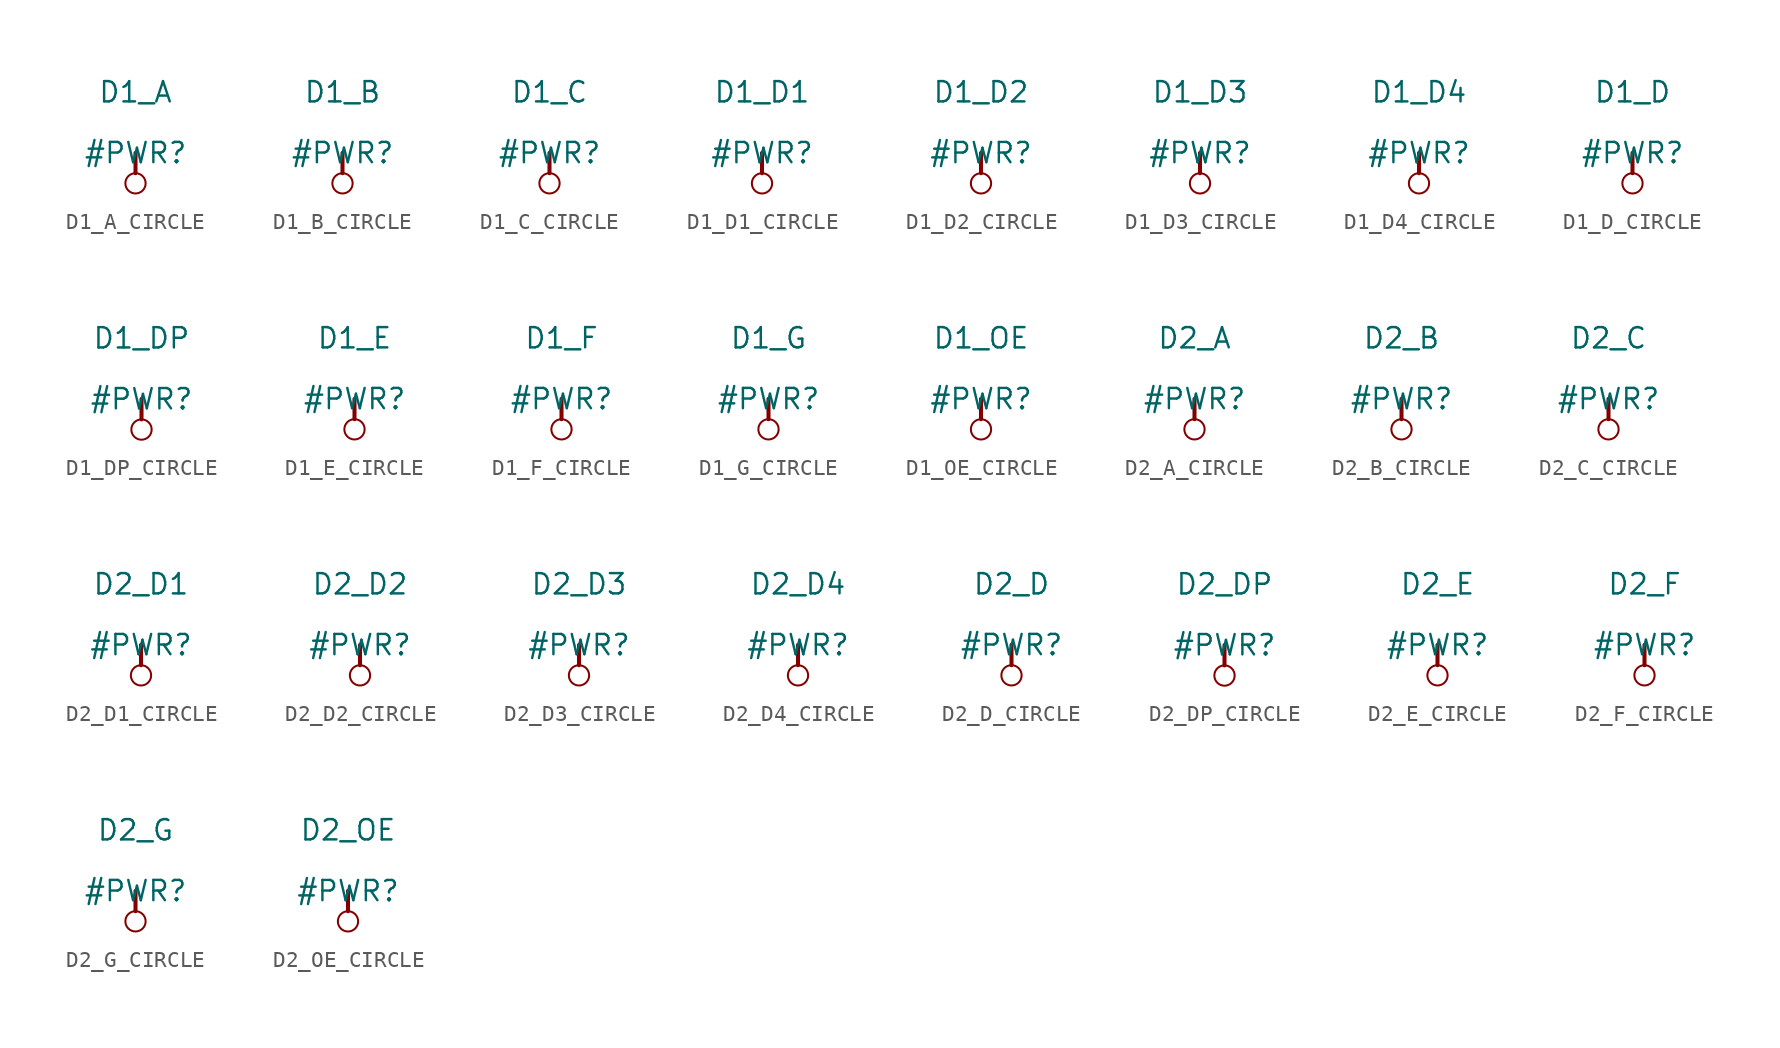
<source format=kicad_sym>
(kicad_symbol_lib
  (version 20231120)
  (generator "kicad_symbol_editor")
  (generator_version "8.0")
  (symbol "D1_A_CIRCLE"
    (power)
    (property "Reference" "#PWR"
      (at 0 0 0)
      (effects (font (size 1.27 1.27))))
    (property "Value" "D1_A"
      (at 0 3.81 0)
      (effects (font (size 1.27 1.27))))
    (symbol "D1_A_CIRCLE_0_0"
      (circle (center 0 -1.905) (radius 0.635) (stroke (width 0.127) (type solid)) (fill (type none)))
      (polyline (pts (xy 0 0) (xy 0 -1.27)) (stroke (width 0.254) (type solid)) (fill (type none)))
      (pin power_in line (at 0 0 0) (length 0) hide (name "D1_A" (effects (font (size 1.27 1.27)))) (number "" (effects (font (size 1.27 1.27)))))))
  (symbol "D1_B_CIRCLE"
    (power)
    (property "Reference" "#PWR"
      (at 0 0 0)
      (effects (font (size 1.27 1.27))))
    (property "Value" "D1_B"
      (at 0 3.81 0)
      (effects (font (size 1.27 1.27))))
    (symbol "D1_B_CIRCLE_0_0"
      (circle (center 0 -1.905) (radius 0.635) (stroke (width 0.127) (type solid)) (fill (type none)))
      (polyline (pts (xy 0 0) (xy 0 -1.27)) (stroke (width 0.254) (type solid)) (fill (type none)))
      (pin power_in line (at 0 0 0) (length 0) hide (name "D1_B" (effects (font (size 1.27 1.27)))) (number "" (effects (font (size 1.27 1.27)))))))
  (symbol "D1_C_CIRCLE"
    (power)
    (property "Reference" "#PWR"
      (at 0 0 0)
      (effects (font (size 1.27 1.27))))
    (property "Value" "D1_C"
      (at 0 3.81 0)
      (effects (font (size 1.27 1.27))))
    (symbol "D1_C_CIRCLE_0_0"
      (circle (center 0 -1.905) (radius 0.635) (stroke (width 0.127) (type solid)) (fill (type none)))
      (polyline (pts (xy 0 0) (xy 0 -1.27)) (stroke (width 0.254) (type solid)) (fill (type none)))
      (pin power_in line (at 0 0 0) (length 0) hide (name "D1_C" (effects (font (size 1.27 1.27)))) (number "" (effects (font (size 1.27 1.27)))))))
  (symbol "D1_D1_CIRCLE"
    (power)
    (property "Reference" "#PWR"
      (at 0 0 0)
      (effects (font (size 1.27 1.27))))
    (property "Value" "D1_D1"
      (at 0 3.81 0)
      (effects (font (size 1.27 1.27))))
    (symbol "D1_D1_CIRCLE_0_0"
      (circle (center 0 -1.905) (radius 0.635) (stroke (width 0.127) (type solid)) (fill (type none)))
      (polyline (pts (xy 0 0) (xy 0 -1.27)) (stroke (width 0.254) (type solid)) (fill (type none)))
      (pin power_in line (at 0 0 0) (length 0) hide (name "D1_D1" (effects (font (size 1.27 1.27)))) (number "" (effects (font (size 1.27 1.27)))))))
  (symbol "D1_D2_CIRCLE"
    (power)
    (property "Reference" "#PWR"
      (at 0 0 0)
      (effects (font (size 1.27 1.27))))
    (property "Value" "D1_D2"
      (at 0 3.81 0)
      (effects (font (size 1.27 1.27))))
    (symbol "D1_D2_CIRCLE_0_0"
      (circle (center 0 -1.905) (radius 0.635) (stroke (width 0.127) (type solid)) (fill (type none)))
      (polyline (pts (xy 0 0) (xy 0 -1.27)) (stroke (width 0.254) (type solid)) (fill (type none)))
      (pin power_in line (at 0 0 0) (length 0) hide (name "D1_D2" (effects (font (size 1.27 1.27)))) (number "" (effects (font (size 1.27 1.27)))))))
  (symbol "D1_D3_CIRCLE"
    (power)
    (property "Reference" "#PWR"
      (at 0 0 0)
      (effects (font (size 1.27 1.27))))
    (property "Value" "D1_D3"
      (at 0 3.81 0)
      (effects (font (size 1.27 1.27))))
    (symbol "D1_D3_CIRCLE_0_0"
      (circle (center 0 -1.905) (radius 0.635) (stroke (width 0.127) (type solid)) (fill (type none)))
      (polyline (pts (xy 0 0) (xy 0 -1.27)) (stroke (width 0.254) (type solid)) (fill (type none)))
      (pin power_in line (at 0 0 0) (length 0) hide (name "D1_D3" (effects (font (size 1.27 1.27)))) (number "" (effects (font (size 1.27 1.27)))))))
  (symbol "D1_D4_CIRCLE"
    (power)
    (property "Reference" "#PWR"
      (at 0 0 0)
      (effects (font (size 1.27 1.27))))
    (property "Value" "D1_D4"
      (at 0 3.81 0)
      (effects (font (size 1.27 1.27))))
    (symbol "D1_D4_CIRCLE_0_0"
      (circle (center 0 -1.905) (radius 0.635) (stroke (width 0.127) (type solid)) (fill (type none)))
      (polyline (pts (xy 0 0) (xy 0 -1.27)) (stroke (width 0.254) (type solid)) (fill (type none)))
      (pin power_in line (at 0 0 0) (length 0) hide (name "D1_D4" (effects (font (size 1.27 1.27)))) (number "" (effects (font (size 1.27 1.27)))))))
  (symbol "D1_D_CIRCLE"
    (power)
    (property "Reference" "#PWR"
      (at 0 0 0)
      (effects (font (size 1.27 1.27))))
    (property "Value" "D1_D"
      (at 0 3.81 0)
      (effects (font (size 1.27 1.27))))
    (symbol "D1_D_CIRCLE_0_0"
      (circle (center 0 -1.905) (radius 0.635) (stroke (width 0.127) (type solid)) (fill (type none)))
      (polyline (pts (xy 0 0) (xy 0 -1.27)) (stroke (width 0.254) (type solid)) (fill (type none)))
      (pin power_in line (at 0 0 0) (length 0) hide (name "D1_D" (effects (font (size 1.27 1.27)))) (number "" (effects (font (size 1.27 1.27)))))))
  (symbol "D1_DP_CIRCLE"
    (power)
    (property "Reference" "#PWR"
      (at 0 0 0)
      (effects (font (size 1.27 1.27))))
    (property "Value" "D1_DP"
      (at 0 3.81 0)
      (effects (font (size 1.27 1.27))))
    (symbol "D1_DP_CIRCLE_0_0"
      (circle (center 0 -1.905) (radius 0.635) (stroke (width 0.127) (type solid)) (fill (type none)))
      (polyline (pts (xy 0 0) (xy 0 -1.27)) (stroke (width 0.254) (type solid)) (fill (type none)))
      (pin power_in line (at 0 0 0) (length 0) hide (name "D1_DP" (effects (font (size 1.27 1.27)))) (number "" (effects (font (size 1.27 1.27)))))))
  (symbol "D1_E_CIRCLE"
    (power)
    (property "Reference" "#PWR"
      (at 0 0 0)
      (effects (font (size 1.27 1.27))))
    (property "Value" "D1_E"
      (at 0 3.81 0)
      (effects (font (size 1.27 1.27))))
    (symbol "D1_E_CIRCLE_0_0"
      (circle (center 0 -1.905) (radius 0.635) (stroke (width 0.127) (type solid)) (fill (type none)))
      (polyline (pts (xy 0 0) (xy 0 -1.27)) (stroke (width 0.254) (type solid)) (fill (type none)))
      (pin power_in line (at 0 0 0) (length 0) hide (name "D1_E" (effects (font (size 1.27 1.27)))) (number "" (effects (font (size 1.27 1.27)))))))
  (symbol "D1_F_CIRCLE"
    (power)
    (property "Reference" "#PWR"
      (at 0 0 0)
      (effects (font (size 1.27 1.27))))
    (property "Value" "D1_F"
      (at 0 3.81 0)
      (effects (font (size 1.27 1.27))))
    (symbol "D1_F_CIRCLE_0_0"
      (circle (center 0 -1.905) (radius 0.635) (stroke (width 0.127) (type solid)) (fill (type none)))
      (polyline (pts (xy 0 0) (xy 0 -1.27)) (stroke (width 0.254) (type solid)) (fill (type none)))
      (pin power_in line (at 0 0 0) (length 0) hide (name "D1_F" (effects (font (size 1.27 1.27)))) (number "" (effects (font (size 1.27 1.27)))))))
  (symbol "D1_G_CIRCLE"
    (power)
    (property "Reference" "#PWR"
      (at 0 0 0)
      (effects (font (size 1.27 1.27))))
    (property "Value" "D1_G"
      (at 0 3.81 0)
      (effects (font (size 1.27 1.27))))
    (symbol "D1_G_CIRCLE_0_0"
      (circle (center 0 -1.905) (radius 0.635) (stroke (width 0.127) (type solid)) (fill (type none)))
      (polyline (pts (xy 0 0) (xy 0 -1.27)) (stroke (width 0.254) (type solid)) (fill (type none)))
      (pin power_in line (at 0 0 0) (length 0) hide (name "D1_G" (effects (font (size 1.27 1.27)))) (number "" (effects (font (size 1.27 1.27)))))))
  (symbol "D1_OE_CIRCLE"
    (power)
    (property "Reference" "#PWR"
      (at 0 0 0)
      (effects (font (size 1.27 1.27))))
    (property "Value" "D1_OE"
      (at 0 3.81 0)
      (effects (font (size 1.27 1.27))))
    (symbol "D1_OE_CIRCLE_0_0"
      (circle (center 0 -1.905) (radius 0.635) (stroke (width 0.127) (type solid)) (fill (type none)))
      (polyline (pts (xy 0 0) (xy 0 -1.27)) (stroke (width 0.254) (type solid)) (fill (type none)))
      (pin power_in line (at 0 0 0) (length 0) hide (name "D1_OE" (effects (font (size 1.27 1.27)))) (number "" (effects (font (size 1.27 1.27)))))))
  (symbol "D2_A_CIRCLE"
    (power)
    (property "Reference" "#PWR"
      (at 0 0 0)
      (effects (font (size 1.27 1.27))))
    (property "Value" "D2_A"
      (at 0 3.81 0)
      (effects (font (size 1.27 1.27))))
    (symbol "D2_A_CIRCLE_0_0"
      (circle (center 0 -1.905) (radius 0.635) (stroke (width 0.127) (type solid)) (fill (type none)))
      (polyline (pts (xy 0 0) (xy 0 -1.27)) (stroke (width 0.254) (type solid)) (fill (type none)))
      (pin power_in line (at 0 0 0) (length 0) hide (name "D2_A" (effects (font (size 1.27 1.27)))) (number "" (effects (font (size 1.27 1.27)))))))
  (symbol "D2_B_CIRCLE"
    (power)
    (property "Reference" "#PWR"
      (at 0 0 0)
      (effects (font (size 1.27 1.27))))
    (property "Value" "D2_B"
      (at 0 3.81 0)
      (effects (font (size 1.27 1.27))))
    (symbol "D2_B_CIRCLE_0_0"
      (circle (center 0 -1.905) (radius 0.635) (stroke (width 0.127) (type solid)) (fill (type none)))
      (polyline (pts (xy 0 0) (xy 0 -1.27)) (stroke (width 0.254) (type solid)) (fill (type none)))
      (pin power_in line (at 0 0 0) (length 0) hide (name "D2_B" (effects (font (size 1.27 1.27)))) (number "" (effects (font (size 1.27 1.27)))))))
  (symbol "D2_C_CIRCLE"
    (power)
    (property "Reference" "#PWR"
      (at 0 0 0)
      (effects (font (size 1.27 1.27))))
    (property "Value" "D2_C"
      (at 0 3.81 0)
      (effects (font (size 1.27 1.27))))
    (symbol "D2_C_CIRCLE_0_0"
      (circle (center 0 -1.905) (radius 0.635) (stroke (width 0.127) (type solid)) (fill (type none)))
      (polyline (pts (xy 0 0) (xy 0 -1.27)) (stroke (width 0.254) (type solid)) (fill (type none)))
      (pin power_in line (at 0 0 0) (length 0) hide (name "D2_C" (effects (font (size 1.27 1.27)))) (number "" (effects (font (size 1.27 1.27)))))))
  (symbol "D2_D1_CIRCLE"
    (power)
    (property "Reference" "#PWR"
      (at 0 0 0)
      (effects (font (size 1.27 1.27))))
    (property "Value" "D2_D1"
      (at 0 3.81 0)
      (effects (font (size 1.27 1.27))))
    (symbol "D2_D1_CIRCLE_0_0"
      (circle (center 0 -1.905) (radius 0.635) (stroke (width 0.127) (type solid)) (fill (type none)))
      (polyline (pts (xy 0 0) (xy 0 -1.27)) (stroke (width 0.254) (type solid)) (fill (type none)))
      (pin power_in line (at 0 0 0) (length 0) hide (name "D2_D1" (effects (font (size 1.27 1.27)))) (number "" (effects (font (size 1.27 1.27)))))))
  (symbol "D2_D2_CIRCLE"
    (power)
    (property "Reference" "#PWR"
      (at 0 0 0)
      (effects (font (size 1.27 1.27))))
    (property "Value" "D2_D2"
      (at 0 3.81 0)
      (effects (font (size 1.27 1.27))))
    (symbol "D2_D2_CIRCLE_0_0"
      (circle (center 0 -1.905) (radius 0.635) (stroke (width 0.127) (type solid)) (fill (type none)))
      (polyline (pts (xy 0 0) (xy 0 -1.27)) (stroke (width 0.254) (type solid)) (fill (type none)))
      (pin power_in line (at 0 0 0) (length 0) hide (name "D2_D2" (effects (font (size 1.27 1.27)))) (number "" (effects (font (size 1.27 1.27)))))))
  (symbol "D2_D3_CIRCLE"
    (power)
    (property "Reference" "#PWR"
      (at 0 0 0)
      (effects (font (size 1.27 1.27))))
    (property "Value" "D2_D3"
      (at 0 3.81 0)
      (effects (font (size 1.27 1.27))))
    (symbol "D2_D3_CIRCLE_0_0"
      (circle (center 0 -1.905) (radius 0.635) (stroke (width 0.127) (type solid)) (fill (type none)))
      (polyline (pts (xy 0 0) (xy 0 -1.27)) (stroke (width 0.254) (type solid)) (fill (type none)))
      (pin power_in line (at 0 0 0) (length 0) hide (name "D2_D3" (effects (font (size 1.27 1.27)))) (number "" (effects (font (size 1.27 1.27)))))))
  (symbol "D2_D4_CIRCLE"
    (power)
    (property "Reference" "#PWR"
      (at 0 0 0)
      (effects (font (size 1.27 1.27))))
    (property "Value" "D2_D4"
      (at 0 3.81 0)
      (effects (font (size 1.27 1.27))))
    (symbol "D2_D4_CIRCLE_0_0"
      (circle (center 0 -1.905) (radius 0.635) (stroke (width 0.127) (type solid)) (fill (type none)))
      (polyline (pts (xy 0 0) (xy 0 -1.27)) (stroke (width 0.254) (type solid)) (fill (type none)))
      (pin power_in line (at 0 0 0) (length 0) hide (name "D2_D4" (effects (font (size 1.27 1.27)))) (number "" (effects (font (size 1.27 1.27)))))))
  (symbol "D2_D_CIRCLE"
    (power)
    (property "Reference" "#PWR"
      (at 0 0 0)
      (effects (font (size 1.27 1.27))))
    (property "Value" "D2_D"
      (at 0 3.81 0)
      (effects (font (size 1.27 1.27))))
    (symbol "D2_D_CIRCLE_0_0"
      (circle (center 0 -1.905) (radius 0.635) (stroke (width 0.127) (type solid)) (fill (type none)))
      (polyline (pts (xy 0 0) (xy 0 -1.27)) (stroke (width 0.254) (type solid)) (fill (type none)))
      (pin power_in line (at 0 0 0) (length 0) hide (name "D2_D" (effects (font (size 1.27 1.27)))) (number "" (effects (font (size 1.27 1.27)))))))
  (symbol "D2_DP_CIRCLE"
    (power)
    (property "Reference" "#PWR"
      (at 0 0 0)
      (effects (font (size 1.27 1.27))))
    (property "Value" "D2_DP"
      (at 0 3.81 0)
      (effects (font (size 1.27 1.27))))
    (symbol "D2_DP_CIRCLE_0_0"
      (circle (center 0 -1.905) (radius 0.635) (stroke (width 0.127) (type solid)) (fill (type none)))
      (polyline (pts (xy 0 0) (xy 0 -1.27)) (stroke (width 0.254) (type solid)) (fill (type none)))
      (pin power_in line (at 0 0 0) (length 0) hide (name "D2_DP" (effects (font (size 1.27 1.27)))) (number "" (effects (font (size 1.27 1.27)))))))
  (symbol "D2_E_CIRCLE"
    (power)
    (property "Reference" "#PWR"
      (at 0 0 0)
      (effects (font (size 1.27 1.27))))
    (property "Value" "D2_E"
      (at 0 3.81 0)
      (effects (font (size 1.27 1.27))))
    (symbol "D2_E_CIRCLE_0_0"
      (circle (center 0 -1.905) (radius 0.635) (stroke (width 0.127) (type solid)) (fill (type none)))
      (polyline (pts (xy 0 0) (xy 0 -1.27)) (stroke (width 0.254) (type solid)) (fill (type none)))
      (pin power_in line (at 0 0 0) (length 0) hide (name "D2_E" (effects (font (size 1.27 1.27)))) (number "" (effects (font (size 1.27 1.27)))))))
  (symbol "D2_F_CIRCLE"
    (power)
    (property "Reference" "#PWR"
      (at 0 0 0)
      (effects (font (size 1.27 1.27))))
    (property "Value" "D2_F"
      (at 0 3.81 0)
      (effects (font (size 1.27 1.27))))
    (symbol "D2_F_CIRCLE_0_0"
      (circle (center 0 -1.905) (radius 0.635) (stroke (width 0.127) (type solid)) (fill (type none)))
      (polyline (pts (xy 0 0) (xy 0 -1.27)) (stroke (width 0.254) (type solid)) (fill (type none)))
      (pin power_in line (at 0 0 0) (length 0) hide (name "D2_F" (effects (font (size 1.27 1.27)))) (number "" (effects (font (size 1.27 1.27)))))))
  (symbol "D2_G_CIRCLE"
    (power)
    (property "Reference" "#PWR"
      (at 0 0 0)
      (effects (font (size 1.27 1.27))))
    (property "Value" "D2_G"
      (at 0 3.81 0)
      (effects (font (size 1.27 1.27))))
    (symbol "D2_G_CIRCLE_0_0"
      (circle (center 0 -1.905) (radius 0.635) (stroke (width 0.127) (type solid)) (fill (type none)))
      (polyline (pts (xy 0 0) (xy 0 -1.27)) (stroke (width 0.254) (type solid)) (fill (type none)))
      (pin power_in line (at 0 0 0) (length 0) hide (name "D2_G" (effects (font (size 1.27 1.27)))) (number "" (effects (font (size 1.27 1.27)))))))
  (symbol "D2_OE_CIRCLE"
    (power)
    (property "Reference" "#PWR"
      (at 0 0 0)
      (effects (font (size 1.27 1.27))))
    (property "Value" "D2_OE"
      (at 0 3.81 0)
      (effects (font (size 1.27 1.27))))
    (symbol "D2_OE_CIRCLE_0_0"
      (circle (center 0 -1.905) (radius 0.635) (stroke (width 0.127) (type solid)) (fill (type none)))
      (polyline (pts (xy 0 0) (xy 0 -1.27)) (stroke (width 0.254) (type solid)) (fill (type none)))
      (pin power_in line (at 0 0 0) (length 0) hide (name "D2_OE" (effects (font (size 1.27 1.27)))) (number "" (effects (font (size 1.27 1.27))))))))
</source>
